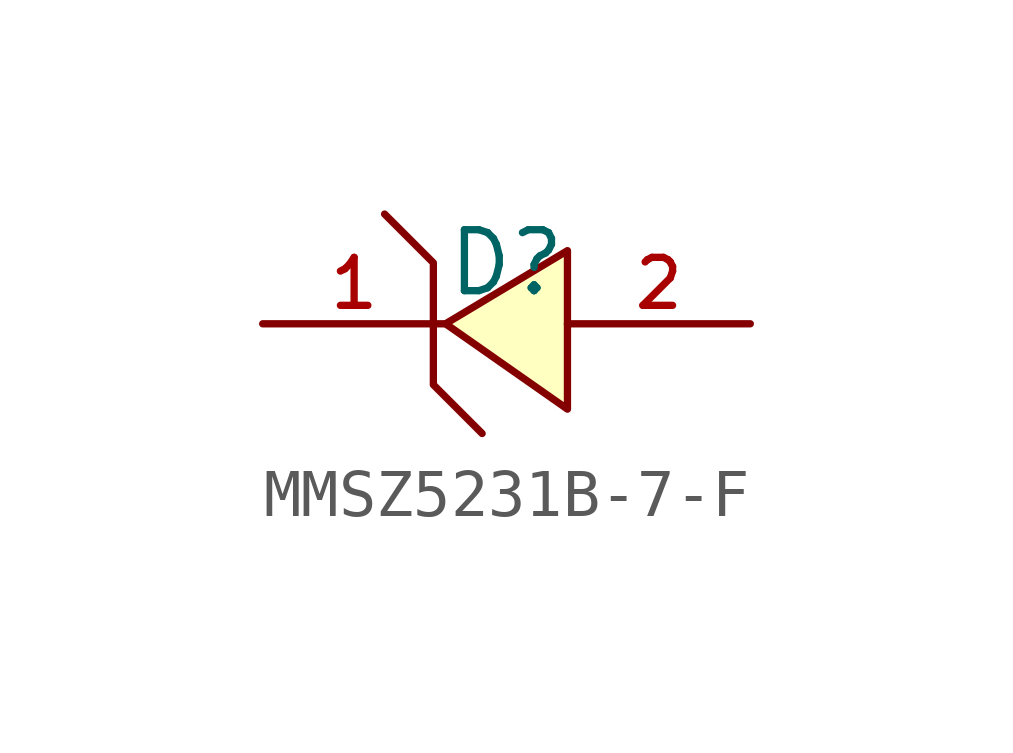
<source format=kicad_sym>
(kicad_symbol_lib
  (version 20210201)
  (generator TousstNicolas/JLC2KiCad_lib)
  (symbol "MMSZ5231B-7-F"
    (pin_names hide)
    (property "Reference" "D"
      (at 0 1.27 0)
      (effects (font (size 1.27 1.27))))
    (symbol "MMSZ5231B-7-F_0_1"
      (pin unspecified line (at 5.08 -0.0 180) (length 3.81) (name "A" (effects (font (size 1 1)))) (number "2" (effects (font (size 1 1)))))
      (pin unspecified line (at -5.08 -0.0 0) (length 3.81) (name "K" (effects (font (size 1 1)))) (number "1" (effects (font (size 1 1)))))
      (polyline (pts (xy -2.54 2.286) (xy -1.524 1.27) (xy -1.524 -1.27) (xy -0.508 -2.286)) (stroke (width 0) (type default) (color 0 0 0 0)) (fill (type none)))
      (polyline (pts (xy 1.27 1.524) (xy -1.27 -0.0) (xy 1.27 -1.778) (xy 1.27 1.524)) (stroke (width 0) (type default) (color 0 0 0 0)) (fill (type background))))))
</source>
